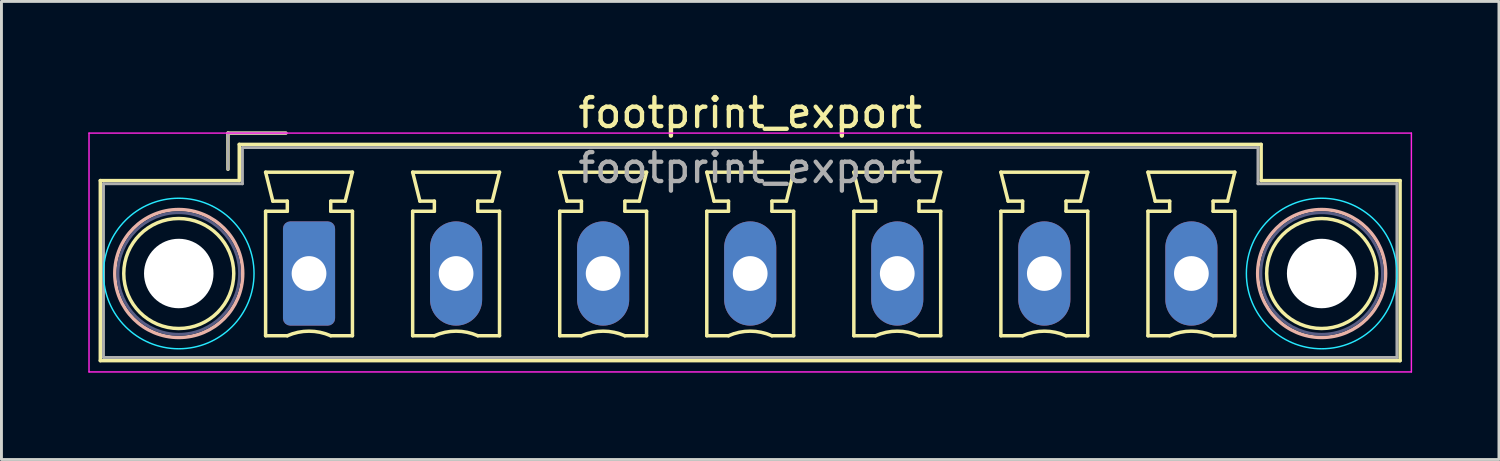
<source format=kicad_pcb>
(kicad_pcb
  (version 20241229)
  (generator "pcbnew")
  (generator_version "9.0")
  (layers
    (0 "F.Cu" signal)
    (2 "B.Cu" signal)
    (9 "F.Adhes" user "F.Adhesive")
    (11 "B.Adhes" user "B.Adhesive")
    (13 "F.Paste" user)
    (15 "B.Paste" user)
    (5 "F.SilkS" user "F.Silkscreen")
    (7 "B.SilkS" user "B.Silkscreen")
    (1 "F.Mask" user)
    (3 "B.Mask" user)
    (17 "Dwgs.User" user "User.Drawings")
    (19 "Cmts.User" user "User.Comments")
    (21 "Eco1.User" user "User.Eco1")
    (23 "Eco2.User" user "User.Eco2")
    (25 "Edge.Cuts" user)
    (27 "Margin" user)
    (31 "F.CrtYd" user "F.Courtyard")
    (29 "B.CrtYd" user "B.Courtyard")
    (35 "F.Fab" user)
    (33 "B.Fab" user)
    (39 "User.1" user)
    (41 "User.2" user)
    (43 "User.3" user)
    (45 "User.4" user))
  (footprint "footprint_export"
    (layer "F.Cu")
    (at 7.625 6.398)
    (property "Reference" "footprint_export" (at 15.24 -5.55 0) (layer "F.SilkS") (effects (font (size 1 1) (thickness 0.15))))
    (attr through_hole)
    (fp_line (start -7.21 -3.21) (end -7.21 3.01) (stroke (width 0.12) (type solid)) (layer "F.SilkS"))
    (fp_line (start -7.21 3.01) (end 37.69 3.01) (stroke (width 0.12) (type solid)) (layer "F.SilkS"))
    (fp_line (start -2.8 -4.85) (end -0.8 -4.85) (stroke (width 0.12) (type solid)) (layer "F.SilkS"))
    (fp_line (start -2.8 -3.6) (end -2.8 -4.85) (stroke (width 0.12) (type solid)) (layer "F.SilkS"))
    (fp_line (start -2.41 -4.46) (end -2.41 -3.21) (stroke (width 0.12) (type solid)) (layer "F.SilkS"))
    (fp_line (start -2.41 -3.21) (end -7.21 -3.21) (stroke (width 0.12) (type solid)) (layer "F.SilkS"))
    (fp_line (start -1.5 -3.5) (end 1.5 -3.5) (stroke (width 0.12) (type solid)) (layer "F.SilkS"))
    (fp_line (start -1.5 -2.15) (end -0.75 -2.15) (stroke (width 0.12) (type solid)) (layer "F.SilkS"))
    (fp_line (start -1.5 2.15) (end -1.5 -2.15) (stroke (width 0.12) (type solid)) (layer "F.SilkS"))
    (fp_line (start -1.25 -2.5) (end -1.5 -3.5) (stroke (width 0.12) (type solid)) (layer "F.SilkS"))
    (fp_line (start -0.75 -2.5) (end -1.25 -2.5) (stroke (width 0.12) (type solid)) (layer "F.SilkS"))
    (fp_line (start -0.75 -2.15) (end -0.75 -2.5) (stroke (width 0.12) (type solid)) (layer "F.SilkS"))
    (fp_line (start -0.75 2.15) (end -1.5 2.15) (stroke (width 0.12) (type solid)) (layer "F.SilkS"))
    (fp_line (start 0.75 -2.5) (end 0.75 -2.15) (stroke (width 0.12) (type solid)) (layer "F.SilkS"))
    (fp_line (start 0.75 -2.15) (end 1.5 -2.15) (stroke (width 0.12) (type solid)) (layer "F.SilkS"))
    (fp_line (start 1.25 -2.5) (end 0.75 -2.5) (stroke (width 0.12) (type solid)) (layer "F.SilkS"))
    (fp_line (start 1.5 -3.5) (end 1.25 -2.5) (stroke (width 0.12) (type solid)) (layer "F.SilkS"))
    (fp_line (start 1.5 -2.15) (end 1.5 2.15) (stroke (width 0.12) (type solid)) (layer "F.SilkS"))
    (fp_line (start 1.5 2.15) (end 0.75 2.15) (stroke (width 0.12) (type solid)) (layer "F.SilkS"))
    (fp_line (start 3.58 -3.5) (end 6.58 -3.5) (stroke (width 0.12) (type solid)) (layer "F.SilkS"))
    (fp_line (start 3.58 -2.15) (end 4.33 -2.15) (stroke (width 0.12) (type solid)) (layer "F.SilkS"))
    (fp_line (start 3.58 2.15) (end 3.58 -2.15) (stroke (width 0.12) (type solid)) (layer "F.SilkS"))
    (fp_line (start 3.83 -2.5) (end 3.58 -3.5) (stroke (width 0.12) (type solid)) (layer "F.SilkS"))
    (fp_line (start 4.33 -2.5) (end 3.83 -2.5) (stroke (width 0.12) (type solid)) (layer "F.SilkS"))
    (fp_line (start 4.33 -2.15) (end 4.33 -2.5) (stroke (width 0.12) (type solid)) (layer "F.SilkS"))
    (fp_line (start 4.33 2.15) (end 3.58 2.15) (stroke (width 0.12) (type solid)) (layer "F.SilkS"))
    (fp_line (start 5.83 -2.5) (end 5.83 -2.15) (stroke (width 0.12) (type solid)) (layer "F.SilkS"))
    (fp_line (start 5.83 -2.15) (end 6.58 -2.15) (stroke (width 0.12) (type solid)) (layer "F.SilkS"))
    (fp_line (start 6.33 -2.5) (end 5.83 -2.5) (stroke (width 0.12) (type solid)) (layer "F.SilkS"))
    (fp_line (start 6.58 -3.5) (end 6.33 -2.5) (stroke (width 0.12) (type solid)) (layer "F.SilkS"))
    (fp_line (start 6.58 -2.15) (end 6.58 2.15) (stroke (width 0.12) (type solid)) (layer "F.SilkS"))
    (fp_line (start 6.58 2.15) (end 5.83 2.15) (stroke (width 0.12) (type solid)) (layer "F.SilkS"))
    (fp_line (start 8.66 -3.5) (end 11.66 -3.5) (stroke (width 0.12) (type solid)) (layer "F.SilkS"))
    (fp_line (start 8.66 -2.15) (end 9.41 -2.15) (stroke (width 0.12) (type solid)) (layer "F.SilkS"))
    (fp_line (start 8.66 2.15) (end 8.66 -2.15) (stroke (width 0.12) (type solid)) (layer "F.SilkS"))
    (fp_line (start 8.91 -2.5) (end 8.66 -3.5) (stroke (width 0.12) (type solid)) (layer "F.SilkS"))
    (fp_line (start 9.41 -2.5) (end 8.91 -2.5) (stroke (width 0.12) (type solid)) (layer "F.SilkS"))
    (fp_line (start 9.41 -2.15) (end 9.41 -2.5) (stroke (width 0.12) (type solid)) (layer "F.SilkS"))
    (fp_line (start 9.41 2.15) (end 8.66 2.15) (stroke (width 0.12) (type solid)) (layer "F.SilkS"))
    (fp_line (start 10.91 -2.5) (end 10.91 -2.15) (stroke (width 0.12) (type solid)) (layer "F.SilkS"))
    (fp_line (start 10.91 -2.15) (end 11.66 -2.15) (stroke (width 0.12) (type solid)) (layer "F.SilkS"))
    (fp_line (start 11.41 -2.5) (end 10.91 -2.5) (stroke (width 0.12) (type solid)) (layer "F.SilkS"))
    (fp_line (start 11.66 -3.5) (end 11.41 -2.5) (stroke (width 0.12) (type solid)) (layer "F.SilkS"))
    (fp_line (start 11.66 -2.15) (end 11.66 2.15) (stroke (width 0.12) (type solid)) (layer "F.SilkS"))
    (fp_line (start 11.66 2.15) (end 10.91 2.15) (stroke (width 0.12) (type solid)) (layer "F.SilkS"))
    (fp_line (start 13.74 -3.5) (end 16.74 -3.5) (stroke (width 0.12) (type solid)) (layer "F.SilkS"))
    (fp_line (start 13.74 -2.15) (end 14.49 -2.15) (stroke (width 0.12) (type solid)) (layer "F.SilkS"))
    (fp_line (start 13.74 2.15) (end 13.74 -2.15) (stroke (width 0.12) (type solid)) (layer "F.SilkS"))
    (fp_line (start 13.99 -2.5) (end 13.74 -3.5) (stroke (width 0.12) (type solid)) (layer "F.SilkS"))
    (fp_line (start 14.49 -2.5) (end 13.99 -2.5) (stroke (width 0.12) (type solid)) (layer "F.SilkS"))
    (fp_line (start 14.49 -2.15) (end 14.49 -2.5) (stroke (width 0.12) (type solid)) (layer "F.SilkS"))
    (fp_line (start 14.49 2.15) (end 13.74 2.15) (stroke (width 0.12) (type solid)) (layer "F.SilkS"))
    (fp_line (start 15.99 -2.5) (end 15.99 -2.15) (stroke (width 0.12) (type solid)) (layer "F.SilkS"))
    (fp_line (start 15.99 -2.15) (end 16.74 -2.15) (stroke (width 0.12) (type solid)) (layer "F.SilkS"))
    (fp_line (start 16.49 -2.5) (end 15.99 -2.5) (stroke (width 0.12) (type solid)) (layer "F.SilkS"))
    (fp_line (start 16.74 -3.5) (end 16.49 -2.5) (stroke (width 0.12) (type solid)) (layer "F.SilkS"))
    (fp_line (start 16.74 -2.15) (end 16.74 2.15) (stroke (width 0.12) (type solid)) (layer "F.SilkS"))
    (fp_line (start 16.74 2.15) (end 15.99 2.15) (stroke (width 0.12) (type solid)) (layer "F.SilkS"))
    (fp_line (start 18.82 -3.5) (end 21.82 -3.5) (stroke (width 0.12) (type solid)) (layer "F.SilkS"))
    (fp_line (start 18.82 -2.15) (end 19.57 -2.15) (stroke (width 0.12) (type solid)) (layer "F.SilkS"))
    (fp_line (start 18.82 2.15) (end 18.82 -2.15) (stroke (width 0.12) (type solid)) (layer "F.SilkS"))
    (fp_line (start 19.07 -2.5) (end 18.82 -3.5) (stroke (width 0.12) (type solid)) (layer "F.SilkS"))
    (fp_line (start 19.57 -2.5) (end 19.07 -2.5) (stroke (width 0.12) (type solid)) (layer "F.SilkS"))
    (fp_line (start 19.57 -2.15) (end 19.57 -2.5) (stroke (width 0.12) (type solid)) (layer "F.SilkS"))
    (fp_line (start 19.57 2.15) (end 18.82 2.15) (stroke (width 0.12) (type solid)) (layer "F.SilkS"))
    (fp_line (start 21.07 -2.5) (end 21.07 -2.15) (stroke (width 0.12) (type solid)) (layer "F.SilkS"))
    (fp_line (start 21.07 -2.15) (end 21.82 -2.15) (stroke (width 0.12) (type solid)) (layer "F.SilkS"))
    (fp_line (start 21.57 -2.5) (end 21.07 -2.5) (stroke (width 0.12) (type solid)) (layer "F.SilkS"))
    (fp_line (start 21.82 -3.5) (end 21.57 -2.5) (stroke (width 0.12) (type solid)) (layer "F.SilkS"))
    (fp_line (start 21.82 -2.15) (end 21.82 2.15) (stroke (width 0.12) (type solid)) (layer "F.SilkS"))
    (fp_line (start 21.82 2.15) (end 21.07 2.15) (stroke (width 0.12) (type solid)) (layer "F.SilkS"))
    (fp_line (start 23.9 -3.5) (end 26.9 -3.5) (stroke (width 0.12) (type solid)) (layer "F.SilkS"))
    (fp_line (start 23.9 -2.15) (end 24.65 -2.15) (stroke (width 0.12) (type solid)) (layer "F.SilkS"))
    (fp_line (start 23.9 2.15) (end 23.9 -2.15) (stroke (width 0.12) (type solid)) (layer "F.SilkS"))
    (fp_line (start 24.15 -2.5) (end 23.9 -3.5) (stroke (width 0.12) (type solid)) (layer "F.SilkS"))
    (fp_line (start 24.65 -2.5) (end 24.15 -2.5) (stroke (width 0.12) (type solid)) (layer "F.SilkS"))
    (fp_line (start 24.65 -2.15) (end 24.65 -2.5) (stroke (width 0.12) (type solid)) (layer "F.SilkS"))
    (fp_line (start 24.65 2.15) (end 23.9 2.15) (stroke (width 0.12) (type solid)) (layer "F.SilkS"))
    (fp_line (start 26.15 -2.5) (end 26.15 -2.15) (stroke (width 0.12) (type solid)) (layer "F.SilkS"))
    (fp_line (start 26.15 -2.15) (end 26.9 -2.15) (stroke (width 0.12) (type solid)) (layer "F.SilkS"))
    (fp_line (start 26.65 -2.5) (end 26.15 -2.5) (stroke (width 0.12) (type solid)) (layer "F.SilkS"))
    (fp_line (start 26.9 -3.5) (end 26.65 -2.5) (stroke (width 0.12) (type solid)) (layer "F.SilkS"))
    (fp_line (start 26.9 -2.15) (end 26.9 2.15) (stroke (width 0.12) (type solid)) (layer "F.SilkS"))
    (fp_line (start 26.9 2.15) (end 26.15 2.15) (stroke (width 0.12) (type solid)) (layer "F.SilkS"))
    (fp_line (start 28.98 -3.5) (end 31.98 -3.5) (stroke (width 0.12) (type solid)) (layer "F.SilkS"))
    (fp_line (start 28.98 -2.15) (end 29.73 -2.15) (stroke (width 0.12) (type solid)) (layer "F.SilkS"))
    (fp_line (start 28.98 2.15) (end 28.98 -2.15) (stroke (width 0.12) (type solid)) (layer "F.SilkS"))
    (fp_line (start 29.23 -2.5) (end 28.98 -3.5) (stroke (width 0.12) (type solid)) (layer "F.SilkS"))
    (fp_line (start 29.73 -2.5) (end 29.23 -2.5) (stroke (width 0.12) (type solid)) (layer "F.SilkS"))
    (fp_line (start 29.73 -2.15) (end 29.73 -2.5) (stroke (width 0.12) (type solid)) (layer "F.SilkS"))
    (fp_line (start 29.73 2.15) (end 28.98 2.15) (stroke (width 0.12) (type solid)) (layer "F.SilkS"))
    (fp_line (start 31.23 -2.5) (end 31.23 -2.15) (stroke (width 0.12) (type solid)) (layer "F.SilkS"))
    (fp_line (start 31.23 -2.15) (end 31.98 -2.15) (stroke (width 0.12) (type solid)) (layer "F.SilkS"))
    (fp_line (start 31.73 -2.5) (end 31.23 -2.5) (stroke (width 0.12) (type solid)) (layer "F.SilkS"))
    (fp_line (start 31.98 -3.5) (end 31.73 -2.5) (stroke (width 0.12) (type solid)) (layer "F.SilkS"))
    (fp_line (start 31.98 -2.15) (end 31.98 2.15) (stroke (width 0.12) (type solid)) (layer "F.SilkS"))
    (fp_line (start 31.98 2.15) (end 31.23 2.15) (stroke (width 0.12) (type solid)) (layer "F.SilkS"))
    (fp_line (start 32.89 -4.46) (end -2.41 -4.46) (stroke (width 0.12) (type solid)) (layer "F.SilkS"))
    (fp_line (start 32.89 -3.21) (end 32.89 -4.46) (stroke (width 0.12) (type solid)) (layer "F.SilkS"))
    (fp_line (start 37.69 -3.21) (end 32.89 -3.21) (stroke (width 0.12) (type solid)) (layer "F.SilkS"))
    (fp_line (start 37.69 3.01) (end 37.69 -3.21) (stroke (width 0.12) (type solid)) (layer "F.SilkS"))
    (fp_arc (start -0.75 2.15) (mid -0.000193 1.99191) (end 0.749647 2.149844) (stroke (width 0.12) (type solid)) (layer "F.SilkS"))
    (fp_arc (start 4.33 2.15) (mid 5.079807 1.99191) (end 5.829647 2.149844) (stroke (width 0.12) (type solid)) (layer "F.SilkS"))
    (fp_arc (start 9.41 2.15) (mid 10.159807 1.99191) (end 10.909647 2.149844) (stroke (width 0.12) (type solid)) (layer "F.SilkS"))
    (fp_arc (start 14.49 2.15) (mid 15.239807 1.99191) (end 15.989647 2.149844) (stroke (width 0.12) (type solid)) (layer "F.SilkS"))
    (fp_arc (start 19.57 2.15) (mid 20.319807 1.99191) (end 21.069647 2.149844) (stroke (width 0.12) (type solid)) (layer "F.SilkS"))
    (fp_arc (start 24.65 2.15) (mid 25.399807 1.99191) (end 26.149647 2.149844) (stroke (width 0.12) (type solid)) (layer "F.SilkS"))
    (fp_arc (start 29.73 2.15) (mid 30.479807 1.99191) (end 31.229647 2.149844) (stroke (width 0.12) (type solid)) (layer "F.SilkS"))
    (fp_circle (center -4.5 0) (end -2.6 0) (stroke (width 0.12) (type solid)) (fill no) (layer "F.SilkS"))
    (fp_circle (center 34.98 0) (end 36.88 0) (stroke (width 0.12) (type solid)) (fill no) (layer "F.SilkS"))
    (fp_circle (center -4.5 0) (end -2.29 0) (stroke (width 0.12) (type solid)) (fill no) (layer "B.SilkS"))
    (fp_circle (center 34.98 0) (end 37.19 0) (stroke (width 0.12) (type solid)) (fill no) (layer "B.SilkS"))
    (fp_circle (center -4.5 0) (end -1.9 0) (stroke (width 0.05) (type solid)) (fill no) (layer "B.CrtYd"))
    (fp_circle (center 34.98 0) (end 37.58 0) (stroke (width 0.05) (type solid)) (fill no) (layer "B.CrtYd"))
    (fp_line (start -7.6 -4.85) (end -7.6 3.4) (stroke (width 0.05) (type solid)) (layer "F.CrtYd"))
    (fp_line (start -7.6 3.4) (end 38.08 3.4) (stroke (width 0.05) (type solid)) (layer "F.CrtYd"))
    (fp_line (start 38.08 -4.85) (end -7.6 -4.85) (stroke (width 0.05) (type solid)) (layer "F.CrtYd"))
    (fp_line (start 38.08 3.4) (end 38.08 -4.85) (stroke (width 0.05) (type solid)) (layer "F.CrtYd"))
    (fp_circle (center -4.5 0) (end -2.4 0) (stroke (width 0.1) (type solid)) (fill no) (layer "B.Fab"))
    (fp_circle (center 34.98 0) (end 37.08 0) (stroke (width 0.1) (type solid)) (fill no) (layer "B.Fab"))
    (fp_line (start -7.1 -3.1) (end -7.1 2.9) (stroke (width 0.1) (type solid)) (layer "F.Fab"))
    (fp_line (start -7.1 2.9) (end 37.58 2.9) (stroke (width 0.1) (type solid)) (layer "F.Fab"))
    (fp_line (start -2.8 -4.85) (end -0.8 -4.85) (stroke (width 0.1) (type solid)) (layer "F.Fab"))
    (fp_line (start -2.8 -3.6) (end -2.8 -4.85) (stroke (width 0.1) (type solid)) (layer "F.Fab"))
    (fp_line (start -2.3 -4.35) (end -2.3 -3.1) (stroke (width 0.1) (type solid)) (layer "F.Fab"))
    (fp_line (start -2.3 -3.1) (end -7.1 -3.1) (stroke (width 0.1) (type solid)) (layer "F.Fab"))
    (fp_line (start 32.78 -4.35) (end -2.3 -4.35) (stroke (width 0.1) (type solid)) (layer "F.Fab"))
    (fp_line (start 32.78 -3.1) (end 32.78 -4.35) (stroke (width 0.1) (type solid)) (layer "F.Fab"))
    (fp_line (start 37.58 -3.1) (end 32.78 -3.1) (stroke (width 0.1) (type solid)) (layer "F.Fab"))
    (fp_line (start 37.58 2.9) (end 37.58 -3.1) (stroke (width 0.1) (type solid)) (layer "F.Fab"))
    (fp_text user "${REFERENCE}" (at 15.24 -3.65 0) (layer "F.Fab") (effects (font (size 1 1) (thickness 0.15))))
    (pad "" np_thru_hole circle (at -4.5 0) (size 2.4 2.4) (drill 2.4) (layers "*.Cu" "*.Mask"))
    (pad "" np_thru_hole circle (at 34.98 0) (size 2.4 2.4) (drill 2.4) (layers "*.Cu" "*.Mask"))
    (pad "1" thru_hole roundrect (at 0 0) (size 1.8 3.6) (drill 1.2) (layers "*.Cu" "*.Mask") (roundrect_rratio 0.139))
    (pad "2" thru_hole oval (at 5.08 0) (size 1.8 3.6) (drill 1.2) (layers "*.Cu" "*.Mask"))
    (pad "3" thru_hole oval (at 10.16 0) (size 1.8 3.6) (drill 1.2) (layers "*.Cu" "*.Mask"))
    (pad "4" thru_hole oval (at 15.24 0) (size 1.8 3.6) (drill 1.2) (layers "*.Cu" "*.Mask"))
    (pad "5" thru_hole oval (at 20.32 0) (size 1.8 3.6) (drill 1.2) (layers "*.Cu" "*.Mask"))
    (pad "6" thru_hole oval (at 25.4 0) (size 1.8 3.6) (drill 1.2) (layers "*.Cu" "*.Mask"))
    (pad "7" thru_hole oval (at 30.48 0) (size 1.8 3.6) (drill 1.2) (layers "*.Cu" "*.Mask")))
  (gr_rect
    (start -3 -3)
    (end 48.73 12.823)
    (stroke (width 0.1) (type default))
    (fill no)
    (layer "Edge.Cuts")))
</source>
